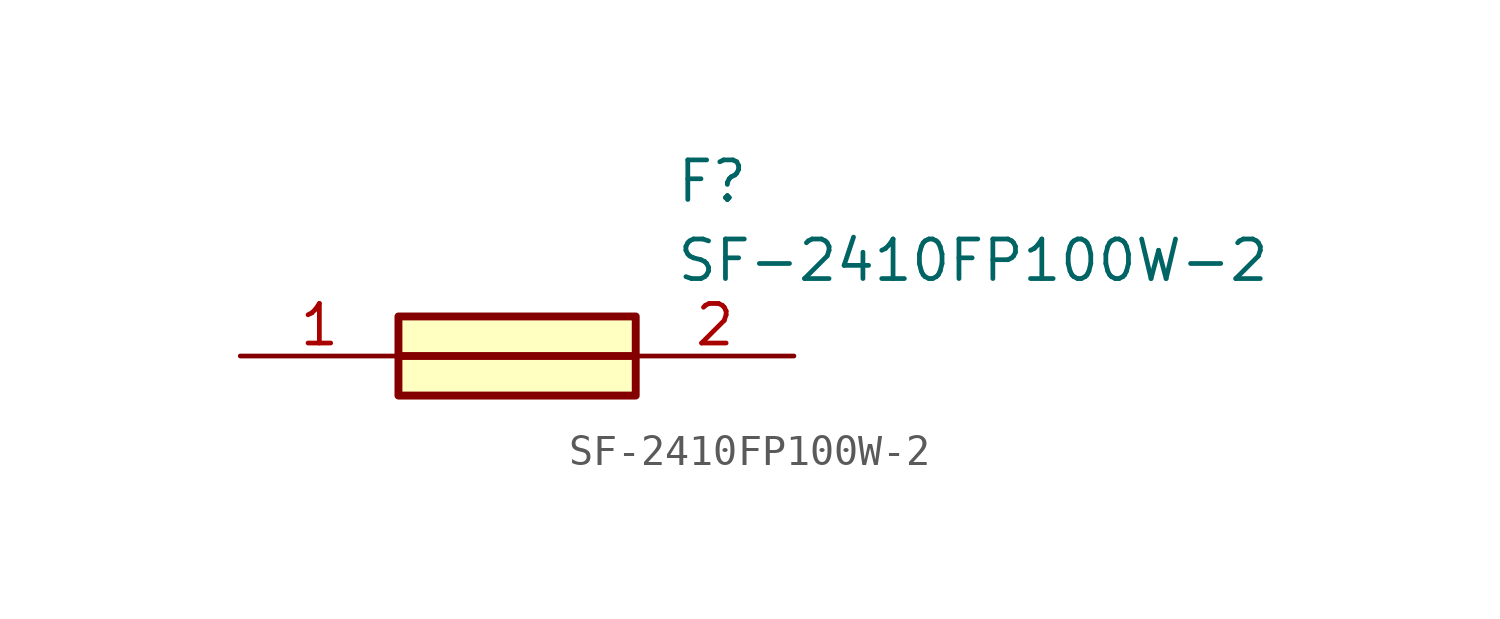
<source format=kicad_sym>
(kicad_symbol_lib
  (version 20211014)
  (generator SamacSys_ECAD_Model)
  (symbol "SF-2410FP100W-2"
    (pin_names hide)
    (property "Reference" "F"
      (at 13.97 6.35 0)
      (effects (font (size 1.27 1.27)) (justify left top)))
    (property "Value" "SF-2410FP100W-2"
      (at 13.97 3.81 0)
      (effects (font (size 1.27 1.27)) (justify left top)))
    (rectangle
      (start 5.08 1.27)
      (end 12.7 -1.27)
      (stroke (width 0.254) (type default))
      (fill (type background)))
    (polyline
      (pts (xy 5.08 0) (xy 12.7 0))
      (stroke (width 0.254) (type default))
      (fill (type none)))
    (pin passive line
      (at 0 0 0)
      (length 5.08)
      (name "1" (effects (font (size 1.27 1.27))))
      (number "1" (effects (font (size 1.27 1.27)))))
    (pin passive line
      (at 17.78 0 180)
      (length 5.08)
      (name "2" (effects (font (size 1.27 1.27))))
      (number "2" (effects (font (size 1.27 1.27)))))))
</source>
